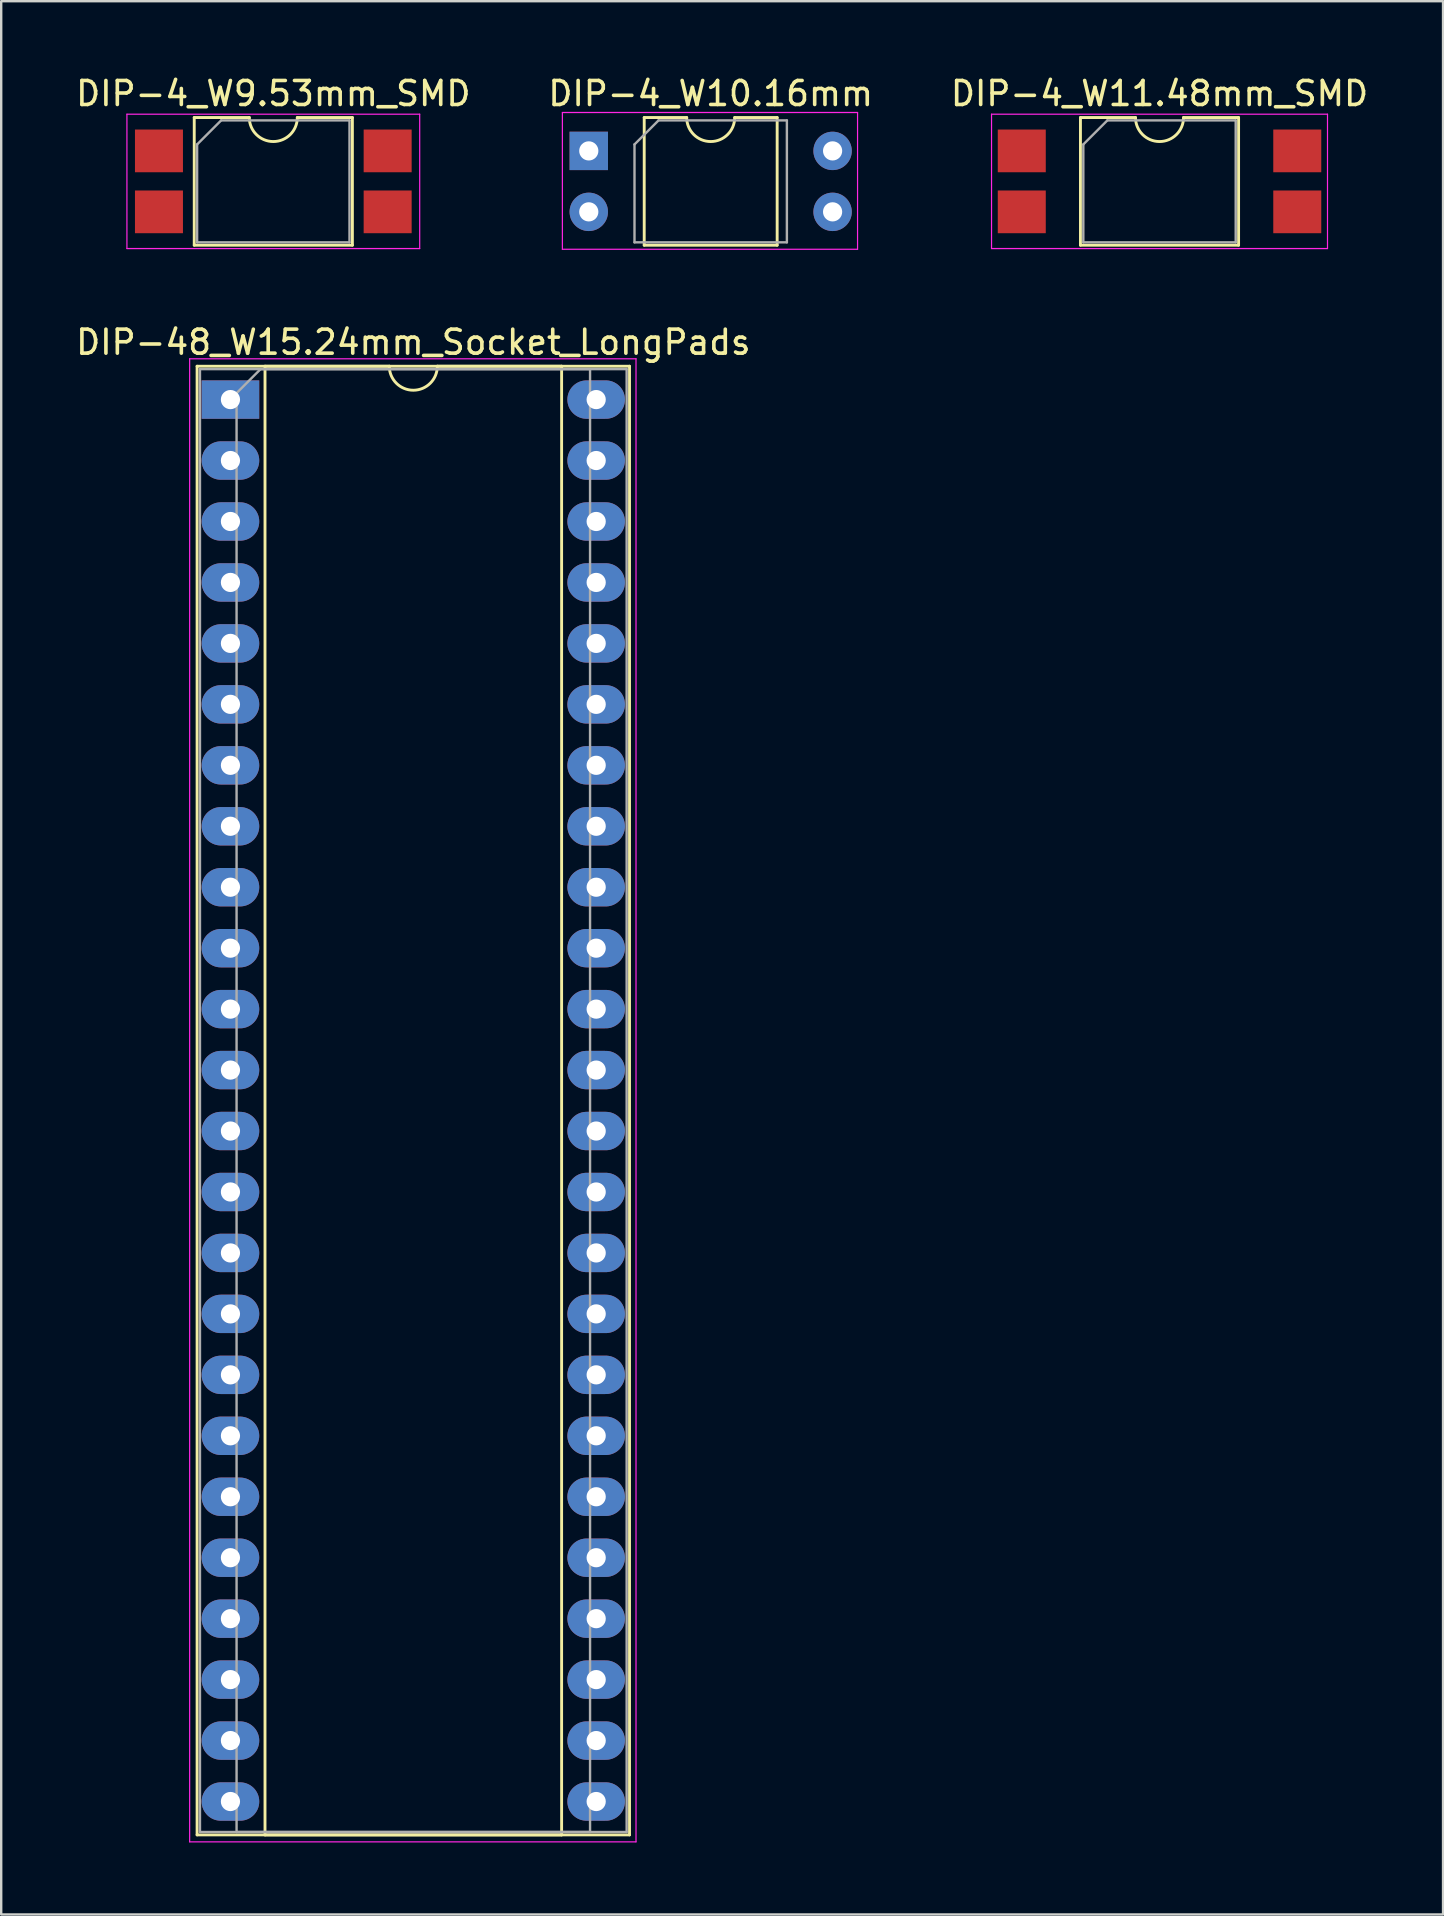
<source format=kicad_pcb>
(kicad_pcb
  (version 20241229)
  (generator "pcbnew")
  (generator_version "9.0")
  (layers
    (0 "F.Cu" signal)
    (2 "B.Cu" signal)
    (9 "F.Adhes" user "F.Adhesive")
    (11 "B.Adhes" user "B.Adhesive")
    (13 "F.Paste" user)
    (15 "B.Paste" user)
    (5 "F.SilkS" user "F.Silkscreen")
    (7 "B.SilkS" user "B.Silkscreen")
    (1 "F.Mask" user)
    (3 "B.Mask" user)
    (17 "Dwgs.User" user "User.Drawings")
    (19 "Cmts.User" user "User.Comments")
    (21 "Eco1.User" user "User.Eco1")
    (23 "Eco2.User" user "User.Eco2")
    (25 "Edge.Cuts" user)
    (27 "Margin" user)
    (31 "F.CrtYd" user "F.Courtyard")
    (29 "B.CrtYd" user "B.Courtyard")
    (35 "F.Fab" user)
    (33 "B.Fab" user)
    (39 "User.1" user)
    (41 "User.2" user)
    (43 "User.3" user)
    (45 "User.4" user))
  (footprint "DIP-48_W15.24mm_Socket_LongPads"
    (layer "F.Cu")
    (at 6.553 13.601)
    (property "Reference" "DIP-48_W15.24mm_Socket_LongPads" (at 7.62 -2.39 0) (layer "F.SilkS") (effects (font (size 1 1) (thickness 0.15))))
    (attr through_hole)
    (fp_line (start -1.39 -1.39) (end -1.39 59.81) (stroke (width 0.12) (type solid)) (layer "F.SilkS"))
    (fp_line (start -1.39 59.81) (end 16.63 59.81) (stroke (width 0.12) (type solid)) (layer "F.SilkS"))
    (fp_line (start 1.44 -1.39) (end 1.44 59.81) (stroke (width 0.12) (type solid)) (layer "F.SilkS"))
    (fp_line (start 1.44 59.81) (end 13.8 59.81) (stroke (width 0.12) (type solid)) (layer "F.SilkS"))
    (fp_line (start 6.62 -1.39) (end 1.44 -1.39) (stroke (width 0.12) (type solid)) (layer "F.SilkS"))
    (fp_line (start 13.8 -1.39) (end 8.62 -1.39) (stroke (width 0.12) (type solid)) (layer "F.SilkS"))
    (fp_line (start 13.8 59.81) (end 13.8 -1.39) (stroke (width 0.12) (type solid)) (layer "F.SilkS"))
    (fp_line (start 16.63 -1.39) (end -1.39 -1.39) (stroke (width 0.12) (type solid)) (layer "F.SilkS"))
    (fp_line (start 16.63 59.81) (end 16.63 -1.39) (stroke (width 0.12) (type solid)) (layer "F.SilkS"))
    (fp_arc (start 8.62 -1.39) (mid 7.62 -0.39) (end 6.62 -1.39) (stroke (width 0.12) (type solid)) (layer "F.SilkS"))
    (fp_line (start -1.7 -1.7) (end -1.7 60.1) (stroke (width 0.05) (type solid)) (layer "F.CrtYd"))
    (fp_line (start -1.7 60.1) (end 16.9 60.1) (stroke (width 0.05) (type solid)) (layer "F.CrtYd"))
    (fp_line (start 16.9 -1.7) (end -1.7 -1.7) (stroke (width 0.05) (type solid)) (layer "F.CrtYd"))
    (fp_line (start 16.9 60.1) (end 16.9 -1.7) (stroke (width 0.05) (type solid)) (layer "F.CrtYd"))
    (fp_line (start -1.27 -1.27) (end -1.27 59.69) (stroke (width 0.1) (type solid)) (layer "F.Fab"))
    (fp_line (start -1.27 59.69) (end 16.51 59.69) (stroke (width 0.1) (type solid)) (layer "F.Fab"))
    (fp_line (start 0.255 -0.27) (end 1.255 -1.27) (stroke (width 0.1) (type solid)) (layer "F.Fab"))
    (fp_line (start 0.255 59.69) (end 0.255 -0.27) (stroke (width 0.1) (type solid)) (layer "F.Fab"))
    (fp_line (start 1.255 -1.27) (end 14.985 -1.27) (stroke (width 0.1) (type solid)) (layer "F.Fab"))
    (fp_line (start 14.985 -1.27) (end 14.985 59.69) (stroke (width 0.1) (type solid)) (layer "F.Fab"))
    (fp_line (start 14.985 59.69) (end 0.255 59.69) (stroke (width 0.1) (type solid)) (layer "F.Fab"))
    (fp_line (start 16.51 -1.27) (end -1.27 -1.27) (stroke (width 0.1) (type solid)) (layer "F.Fab"))
    (fp_line (start 16.51 59.69) (end 16.51 -1.27) (stroke (width 0.1) (type solid)) (layer "F.Fab"))
    (pad "1" thru_hole rect (at 0 0) (size 2.4 1.6) (drill 0.8) (layers "*.Cu" "*.Mask"))
    (pad "2" thru_hole oval (at 0 2.54) (size 2.4 1.6) (drill 0.8) (layers "*.Cu" "*.Mask"))
    (pad "3" thru_hole oval (at 0 5.08) (size 2.4 1.6) (drill 0.8) (layers "*.Cu" "*.Mask"))
    (pad "4" thru_hole oval (at 0 7.62) (size 2.4 1.6) (drill 0.8) (layers "*.Cu" "*.Mask"))
    (pad "5" thru_hole oval (at 0 10.16) (size 2.4 1.6) (drill 0.8) (layers "*.Cu" "*.Mask"))
    (pad "6" thru_hole oval (at 0 12.7) (size 2.4 1.6) (drill 0.8) (layers "*.Cu" "*.Mask"))
    (pad "7" thru_hole oval (at 0 15.24) (size 2.4 1.6) (drill 0.8) (layers "*.Cu" "*.Mask"))
    (pad "8" thru_hole oval (at 0 17.78) (size 2.4 1.6) (drill 0.8) (layers "*.Cu" "*.Mask"))
    (pad "9" thru_hole oval (at 0 20.32) (size 2.4 1.6) (drill 0.8) (layers "*.Cu" "*.Mask"))
    (pad "10" thru_hole oval (at 0 22.86) (size 2.4 1.6) (drill 0.8) (layers "*.Cu" "*.Mask"))
    (pad "11" thru_hole oval (at 0 25.4) (size 2.4 1.6) (drill 0.8) (layers "*.Cu" "*.Mask"))
    (pad "12" thru_hole oval (at 0 27.94) (size 2.4 1.6) (drill 0.8) (layers "*.Cu" "*.Mask"))
    (pad "13" thru_hole oval (at 0 30.48) (size 2.4 1.6) (drill 0.8) (layers "*.Cu" "*.Mask"))
    (pad "14" thru_hole oval (at 0 33.02) (size 2.4 1.6) (drill 0.8) (layers "*.Cu" "*.Mask"))
    (pad "15" thru_hole oval (at 0 35.56) (size 2.4 1.6) (drill 0.8) (layers "*.Cu" "*.Mask"))
    (pad "16" thru_hole oval (at 0 38.1) (size 2.4 1.6) (drill 0.8) (layers "*.Cu" "*.Mask"))
    (pad "17" thru_hole oval (at 0 40.64) (size 2.4 1.6) (drill 0.8) (layers "*.Cu" "*.Mask"))
    (pad "18" thru_hole oval (at 0 43.18) (size 2.4 1.6) (drill 0.8) (layers "*.Cu" "*.Mask"))
    (pad "19" thru_hole oval (at 0 45.72) (size 2.4 1.6) (drill 0.8) (layers "*.Cu" "*.Mask"))
    (pad "20" thru_hole oval (at 0 48.26) (size 2.4 1.6) (drill 0.8) (layers "*.Cu" "*.Mask"))
    (pad "21" thru_hole oval (at 0 50.8) (size 2.4 1.6) (drill 0.8) (layers "*.Cu" "*.Mask"))
    (pad "22" thru_hole oval (at 0 53.34) (size 2.4 1.6) (drill 0.8) (layers "*.Cu" "*.Mask"))
    (pad "23" thru_hole oval (at 0 55.88) (size 2.4 1.6) (drill 0.8) (layers "*.Cu" "*.Mask"))
    (pad "24" thru_hole oval (at 0 58.42) (size 2.4 1.6) (drill 0.8) (layers "*.Cu" "*.Mask"))
    (pad "25" thru_hole oval (at 15.24 58.42) (size 2.4 1.6) (drill 0.8) (layers "*.Cu" "*.Mask"))
    (pad "26" thru_hole oval (at 15.24 55.88) (size 2.4 1.6) (drill 0.8) (layers "*.Cu" "*.Mask"))
    (pad "27" thru_hole oval (at 15.24 53.34) (size 2.4 1.6) (drill 0.8) (layers "*.Cu" "*.Mask"))
    (pad "28" thru_hole oval (at 15.24 50.8) (size 2.4 1.6) (drill 0.8) (layers "*.Cu" "*.Mask"))
    (pad "29" thru_hole oval (at 15.24 48.26) (size 2.4 1.6) (drill 0.8) (layers "*.Cu" "*.Mask"))
    (pad "30" thru_hole oval (at 15.24 45.72) (size 2.4 1.6) (drill 0.8) (layers "*.Cu" "*.Mask"))
    (pad "31" thru_hole oval (at 15.24 43.18) (size 2.4 1.6) (drill 0.8) (layers "*.Cu" "*.Mask"))
    (pad "32" thru_hole oval (at 15.24 40.64) (size 2.4 1.6) (drill 0.8) (layers "*.Cu" "*.Mask"))
    (pad "33" thru_hole oval (at 15.24 38.1) (size 2.4 1.6) (drill 0.8) (layers "*.Cu" "*.Mask"))
    (pad "34" thru_hole oval (at 15.24 35.56) (size 2.4 1.6) (drill 0.8) (layers "*.Cu" "*.Mask"))
    (pad "35" thru_hole oval (at 15.24 33.02) (size 2.4 1.6) (drill 0.8) (layers "*.Cu" "*.Mask"))
    (pad "36" thru_hole oval (at 15.24 30.48) (size 2.4 1.6) (drill 0.8) (layers "*.Cu" "*.Mask"))
    (pad "37" thru_hole oval (at 15.24 27.94) (size 2.4 1.6) (drill 0.8) (layers "*.Cu" "*.Mask"))
    (pad "38" thru_hole oval (at 15.24 25.4) (size 2.4 1.6) (drill 0.8) (layers "*.Cu" "*.Mask"))
    (pad "39" thru_hole oval (at 15.24 22.86) (size 2.4 1.6) (drill 0.8) (layers "*.Cu" "*.Mask"))
    (pad "40" thru_hole oval (at 15.24 20.32) (size 2.4 1.6) (drill 0.8) (layers "*.Cu" "*.Mask"))
    (pad "41" thru_hole oval (at 15.24 17.78) (size 2.4 1.6) (drill 0.8) (layers "*.Cu" "*.Mask"))
    (pad "42" thru_hole oval (at 15.24 15.24) (size 2.4 1.6) (drill 0.8) (layers "*.Cu" "*.Mask"))
    (pad "43" thru_hole oval (at 15.24 12.7) (size 2.4 1.6) (drill 0.8) (layers "*.Cu" "*.Mask"))
    (pad "44" thru_hole oval (at 15.24 10.16) (size 2.4 1.6) (drill 0.8) (layers "*.Cu" "*.Mask"))
    (pad "45" thru_hole oval (at 15.24 7.62) (size 2.4 1.6) (drill 0.8) (layers "*.Cu" "*.Mask"))
    (pad "46" thru_hole oval (at 15.24 5.08) (size 2.4 1.6) (drill 0.8) (layers "*.Cu" "*.Mask"))
    (pad "47" thru_hole oval (at 15.24 2.54) (size 2.4 1.6) (drill 0.8) (layers "*.Cu" "*.Mask"))
    (pad "48" thru_hole oval (at 15.24 0) (size 2.4 1.6) (drill 0.8) (layers "*.Cu" "*.Mask")))
  (footprint "DIP-4_W9.53mm_SMD"
    (layer "F.Cu")
    (at 8.339 4.508)
    (property "Reference" "DIP-4_W9.53mm_SMD" (at 0 -3.66 0) (layer "F.SilkS") (effects (font (size 1 1) (thickness 0.15))))
    (attr smd)
    (fp_line (start -3.295 -2.66) (end -3.295 2.66) (stroke (width 0.12) (type solid)) (layer "F.SilkS"))
    (fp_line (start -3.295 2.66) (end 3.295 2.66) (stroke (width 0.12) (type solid)) (layer "F.SilkS"))
    (fp_line (start -1 -2.66) (end -3.295 -2.66) (stroke (width 0.12) (type solid)) (layer "F.SilkS"))
    (fp_line (start 3.295 -2.66) (end 1 -2.66) (stroke (width 0.12) (type solid)) (layer "F.SilkS"))
    (fp_line (start 3.295 2.66) (end 3.295 -2.66) (stroke (width 0.12) (type solid)) (layer "F.SilkS"))
    (fp_arc (start 1 -2.66) (mid 0 -1.66) (end -1 -2.66) (stroke (width 0.12) (type solid)) (layer "F.SilkS"))
    (fp_line (start -6.1 -2.8) (end -6.1 2.8) (stroke (width 0.05) (type solid)) (layer "F.CrtYd"))
    (fp_line (start -6.1 2.8) (end 6.1 2.8) (stroke (width 0.05) (type solid)) (layer "F.CrtYd"))
    (fp_line (start 6.1 -2.8) (end -6.1 -2.8) (stroke (width 0.05) (type solid)) (layer "F.CrtYd"))
    (fp_line (start 6.1 2.8) (end 6.1 -2.8) (stroke (width 0.05) (type solid)) (layer "F.CrtYd"))
    (fp_line (start -3.175 -1.54) (end -2.175 -2.54) (stroke (width 0.1) (type solid)) (layer "F.Fab"))
    (fp_line (start -3.175 2.54) (end -3.175 -1.54) (stroke (width 0.1) (type solid)) (layer "F.Fab"))
    (fp_line (start -2.175 -2.54) (end 3.175 -2.54) (stroke (width 0.1) (type solid)) (layer "F.Fab"))
    (fp_line (start 3.175 -2.54) (end 3.175 2.54) (stroke (width 0.1) (type solid)) (layer "F.Fab"))
    (fp_line (start 3.175 2.54) (end -3.175 2.54) (stroke (width 0.1) (type solid)) (layer "F.Fab"))
    (pad "1" smd rect (at -4.765 -1.27) (size 2 1.78) (layers "F.Cu" "F.Mask"))
    (pad "2" smd rect (at -4.765 1.27) (size 2 1.78) (layers "F.Cu" "F.Mask"))
    (pad "3" smd rect (at 4.765 1.27) (size 2 1.78) (layers "F.Cu" "F.Mask"))
    (pad "4" smd rect (at 4.765 -1.27) (size 2 1.78) (layers "F.Cu" "F.Mask")))
  (footprint "DIP-4_W11.48mm_SMD"
    (layer "F.Cu")
    (at 45.268 4.508)
    (property "Reference" "DIP-4_W11.48mm_SMD" (at 0 -3.66 0) (layer "F.SilkS") (effects (font (size 1 1) (thickness 0.15))))
    (attr smd)
    (fp_line (start -3.295 -2.66) (end -3.295 2.66) (stroke (width 0.12) (type solid)) (layer "F.SilkS"))
    (fp_line (start -3.295 2.66) (end 3.295 2.66) (stroke (width 0.12) (type solid)) (layer "F.SilkS"))
    (fp_line (start -1 -2.66) (end -3.295 -2.66) (stroke (width 0.12) (type solid)) (layer "F.SilkS"))
    (fp_line (start 3.295 -2.66) (end 1 -2.66) (stroke (width 0.12) (type solid)) (layer "F.SilkS"))
    (fp_line (start 3.295 2.66) (end 3.295 -2.66) (stroke (width 0.12) (type solid)) (layer "F.SilkS"))
    (fp_arc (start 1 -2.66) (mid 0 -1.66) (end -1 -2.66) (stroke (width 0.12) (type solid)) (layer "F.SilkS"))
    (fp_line (start -7 -2.8) (end -7 2.8) (stroke (width 0.05) (type solid)) (layer "F.CrtYd"))
    (fp_line (start -7 2.8) (end 7 2.8) (stroke (width 0.05) (type solid)) (layer "F.CrtYd"))
    (fp_line (start 7 -2.8) (end -7 -2.8) (stroke (width 0.05) (type solid)) (layer "F.CrtYd"))
    (fp_line (start 7 2.8) (end 7 -2.8) (stroke (width 0.05) (type solid)) (layer "F.CrtYd"))
    (fp_line (start -3.175 -1.54) (end -2.175 -2.54) (stroke (width 0.1) (type solid)) (layer "F.Fab"))
    (fp_line (start -3.175 2.54) (end -3.175 -1.54) (stroke (width 0.1) (type solid)) (layer "F.Fab"))
    (fp_line (start -2.175 -2.54) (end 3.175 -2.54) (stroke (width 0.1) (type solid)) (layer "F.Fab"))
    (fp_line (start 3.175 -2.54) (end 3.175 2.54) (stroke (width 0.1) (type solid)) (layer "F.Fab"))
    (fp_line (start 3.175 2.54) (end -3.175 2.54) (stroke (width 0.1) (type solid)) (layer "F.Fab"))
    (pad "1" smd rect (at -5.74 -1.27) (size 2 1.78) (layers "F.Cu" "F.Mask"))
    (pad "2" smd rect (at -5.74 1.27) (size 2 1.78) (layers "F.Cu" "F.Mask"))
    (pad "3" smd rect (at 5.74 1.27) (size 2 1.78) (layers "F.Cu" "F.Mask"))
    (pad "4" smd rect (at 5.74 -1.27) (size 2 1.78) (layers "F.Cu" "F.Mask")))
  (footprint "DIP-4_W10.16mm"
    (layer "F.Cu")
    (at 21.485 3.238)
    (property "Reference" "DIP-4_W10.16mm" (at 5.08 -2.39 0) (layer "F.SilkS") (effects (font (size 1 1) (thickness 0.15))))
    (attr through_hole)
    (fp_line (start 2.31 -1.39) (end 2.31 3.93) (stroke (width 0.12) (type solid)) (layer "F.SilkS"))
    (fp_line (start 2.31 3.93) (end 7.85 3.93) (stroke (width 0.12) (type solid)) (layer "F.SilkS"))
    (fp_line (start 4.08 -1.39) (end 2.31 -1.39) (stroke (width 0.12) (type solid)) (layer "F.SilkS"))
    (fp_line (start 7.85 -1.39) (end 6.08 -1.39) (stroke (width 0.12) (type solid)) (layer "F.SilkS"))
    (fp_line (start 7.85 3.93) (end 7.85 -1.39) (stroke (width 0.12) (type solid)) (layer "F.SilkS"))
    (fp_arc (start 6.08 -1.39) (mid 5.08 -0.39) (end 4.08 -1.39) (stroke (width 0.12) (type solid)) (layer "F.SilkS"))
    (fp_line (start -1.1 -1.6) (end -1.1 4.1) (stroke (width 0.05) (type solid)) (layer "F.CrtYd"))
    (fp_line (start -1.1 4.1) (end 11.2 4.1) (stroke (width 0.05) (type solid)) (layer "F.CrtYd"))
    (fp_line (start 11.2 -1.6) (end -1.1 -1.6) (stroke (width 0.05) (type solid)) (layer "F.CrtYd"))
    (fp_line (start 11.2 4.1) (end 11.2 -1.6) (stroke (width 0.05) (type solid)) (layer "F.CrtYd"))
    (fp_line (start 1.905 -0.27) (end 2.905 -1.27) (stroke (width 0.1) (type solid)) (layer "F.Fab"))
    (fp_line (start 1.905 3.81) (end 1.905 -0.27) (stroke (width 0.1) (type solid)) (layer "F.Fab"))
    (fp_line (start 2.905 -1.27) (end 8.255 -1.27) (stroke (width 0.1) (type solid)) (layer "F.Fab"))
    (fp_line (start 8.255 -1.27) (end 8.255 3.81) (stroke (width 0.1) (type solid)) (layer "F.Fab"))
    (fp_line (start 8.255 3.81) (end 1.905 3.81) (stroke (width 0.1) (type solid)) (layer "F.Fab"))
    (pad "1" thru_hole rect (at 0 0) (size 1.6 1.6) (drill 0.8) (layers "*.Cu" "*.Mask"))
    (pad "2" thru_hole oval (at 0 2.54) (size 1.6 1.6) (drill 0.8) (layers "*.Cu" "*.Mask"))
    (pad "3" thru_hole oval (at 10.16 2.54) (size 1.6 1.6) (drill 0.8) (layers "*.Cu" "*.Mask"))
    (pad "4" thru_hole oval (at 10.16 0) (size 1.6 1.6) (drill 0.8) (layers "*.Cu" "*.Mask")))
  (gr_rect
    (start -3 -3)
    (end 57.083 76.727)
    (stroke (width 0.1) (type default))
    (fill no)
    (layer "Edge.Cuts")))
</source>
